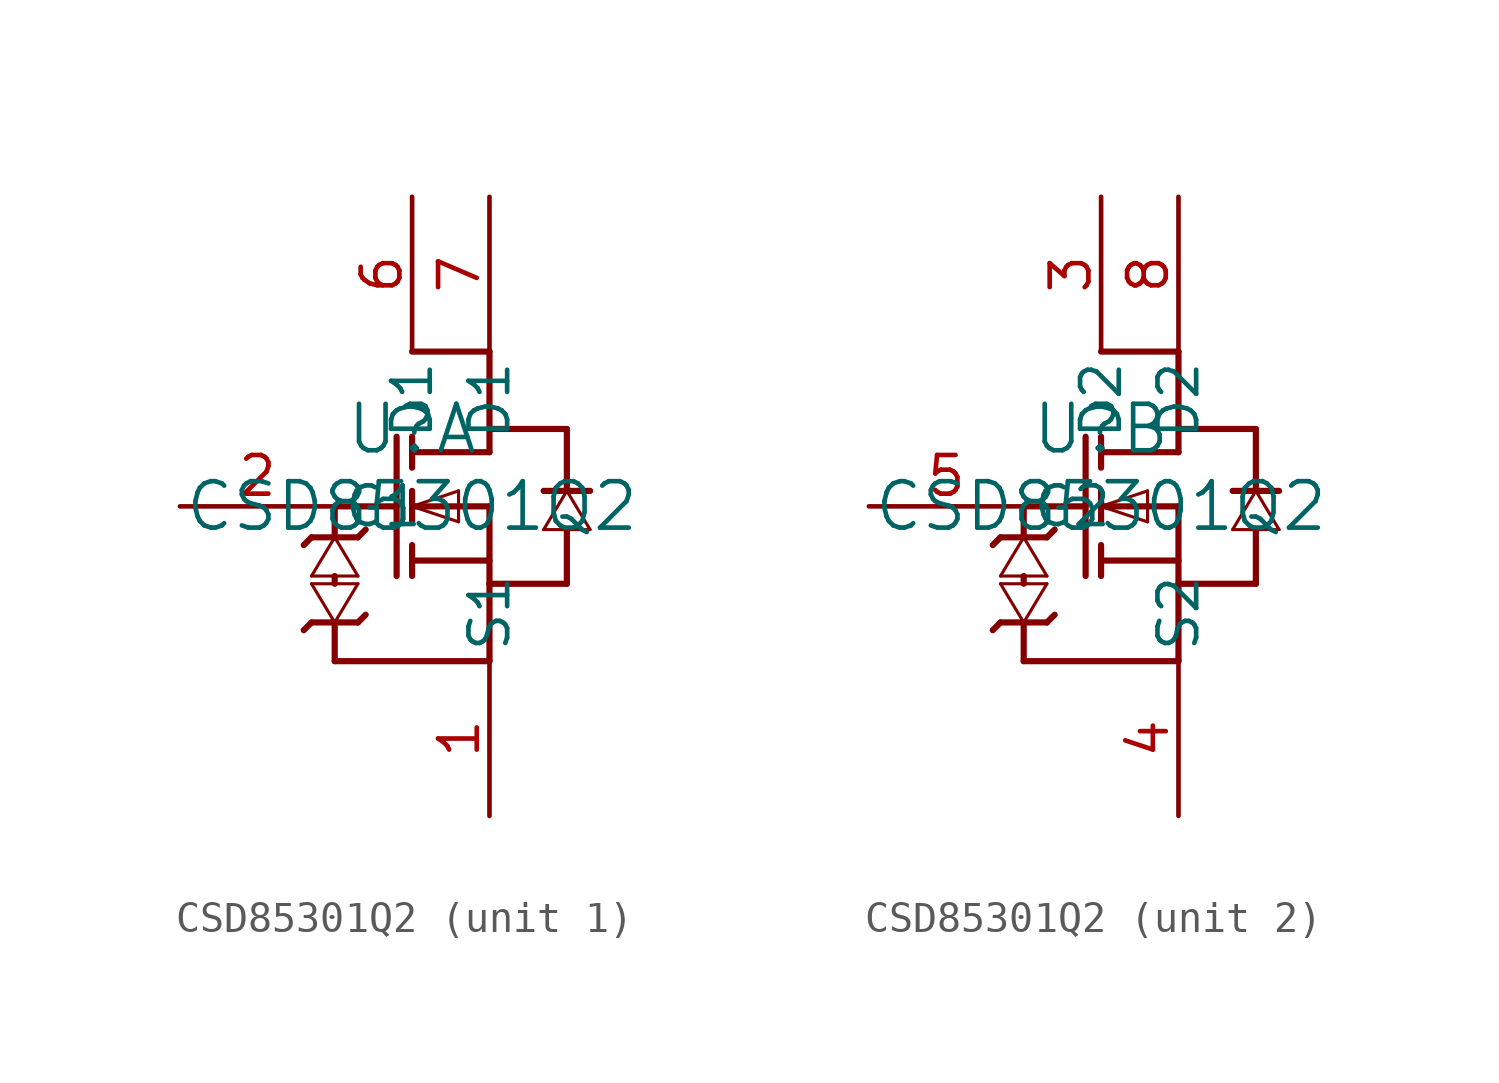
<source format=kicad_sym>
(kicad_symbol_lib
  (version 20211014)
  (generator kicad_symbol_editor)
  (symbol "CSD85301Q2"
    (pin_names
      (offset 0.254))
    (property "Reference" "U"
      (at 0 2.54 0)
      (effects (font (size 1.524 1.524))))
    (property "Value" "CSD85301Q2"
      (at 0 0 0)
      (effects (font (size 1.524 1.524))))
    (symbol "CSD85301Q2_1_1"
      (polyline (pts (xy 2.54 1.778) (xy 0 1.778)) (stroke (width 0.203) (type default) (color 0 0 0 0)) (fill (type none)))
      (polyline (pts (xy 2.54 0) (xy 0 0)) (stroke (width 0.203) (type default) (color 0 0 0 0)) (fill (type none)))
      (polyline (pts (xy 2.54 -1.778) (xy 0 -1.778)) (stroke (width 0.203) (type default) (color 0 0 0 0)) (fill (type none)))
      (polyline (pts (xy 2.54 0) (xy 2.54 -2.54)) (stroke (width 0.203) (type default) (color 0 0 0 0)) (fill (type none)))
      (polyline (pts (xy -0.508 2.286) (xy -0.508 -2.286)) (stroke (width 0.203) (type default) (color 0 0 0 0)) (fill (type none)))
      (polyline (pts (xy 0 2.286) (xy 0 1.27)) (stroke (width 0.203) (type default) (color 0 0 0 0)) (fill (type none)))
      (polyline (pts (xy 0 -0.508) (xy 0 0.508)) (stroke (width 0.203) (type default) (color 0 0 0 0)) (fill (type none)))
      (polyline (pts (xy 0 -2.286) (xy 0 -1.27)) (stroke (width 0.203) (type default) (color 0 0 0 0)) (fill (type none)))
      (polyline (pts (xy -2.54 0) (xy -0.508 0)) (stroke (width 0.203) (type default) (color 0 0 0 0)) (fill (type none)))
      (polyline (pts (xy 0 0) (xy 1.524 -0.508)) (stroke (width 0.102) (type default) (color 0 0 0 0)) (fill (type none)))
      (polyline (pts (xy 1.524 -0.508) (xy 1.524 0.508)) (stroke (width 0.102) (type default) (color 0 0 0 0)) (fill (type none)))
      (polyline (pts (xy 1.524 0.508) (xy 0 0)) (stroke (width 0.102) (type default) (color 0 0 0 0)) (fill (type none)))
      (polyline (pts (xy 2.54 1.778) (xy 2.54 2.54)) (stroke (width 0.203) (type default) (color 0 0 0 0)) (fill (type none)))
      (polyline (pts (xy 2.54 -2.54) (xy 5.08 -2.54)) (stroke (width 0.203) (type default) (color 0 0 0 0)) (fill (type none)))
      (polyline (pts (xy 5.08 -2.54) (xy 5.08 -0.762)) (stroke (width 0.203) (type default) (color 0 0 0 0)) (fill (type none)))
      (polyline (pts (xy 5.08 2.54) (xy 5.08 0.508)) (stroke (width 0.203) (type default) (color 0 0 0 0)) (fill (type none)))
      (polyline (pts (xy 5.08 0.508) (xy 4.318 -0.762)) (stroke (width 0.102) (type default) (color 0 0 0 0)) (fill (type none)))
      (polyline (pts (xy 4.318 -0.762) (xy 5.842 -0.762)) (stroke (width 0.102) (type default) (color 0 0 0 0)) (fill (type none)))
      (polyline (pts (xy 5.842 -0.762) (xy 5.08 0.508)) (stroke (width 0.102) (type default) (color 0 0 0 0)) (fill (type none)))
      (polyline (pts (xy 4.318 0.508) (xy 5.842 0.508)) (stroke (width 0.203) (type default) (color 0 0 0 0)) (fill (type none)))
      (polyline (pts (xy 2.54 2.54) (xy 5.08 2.54)) (stroke (width 0.203) (type default) (color 0 0 0 0)) (fill (type none)))
      (polyline (pts (xy 0 5.08) (xy 2.54 5.08)) (stroke (width 0.203) (type default) (color 0 0 0 0)) (fill (type none)))
      (polyline (pts (xy 2.54 2.54) (xy 2.54 5.08)) (stroke (width 0.203) (type default) (color 0 0 0 0)) (fill (type none)))
      (polyline (pts (xy -2.54 -2.286) (xy -2.54 -2.54)) (stroke (width 0.203) (type default) (color 0 0 0 0)) (fill (type none)))
      (polyline (pts (xy -2.54 -1.016) (xy -3.302 -2.286)) (stroke (width 0.102) (type default) (color 0 0 0 0)) (fill (type none)))
      (polyline (pts (xy -3.302 -2.286) (xy -1.778 -2.286)) (stroke (width 0.102) (type default) (color 0 0 0 0)) (fill (type none)))
      (polyline (pts (xy -1.778 -2.286) (xy -2.54 -1.016)) (stroke (width 0.102) (type default) (color 0 0 0 0)) (fill (type none)))
      (polyline (pts (xy -3.302 -1.016) (xy -1.778 -1.016)) (stroke (width 0.203) (type default) (color 0 0 0 0)) (fill (type none)))
      (polyline (pts (xy -3.302 -1.016) (xy -3.556 -1.27)) (stroke (width 0.203) (type default) (color 0 0 0 0)) (fill (type none)))
      (polyline (pts (xy -1.778 -1.016) (xy -1.524 -0.762)) (stroke (width 0.203) (type default) (color 0 0 0 0)) (fill (type none)))
      (polyline (pts (xy -2.54 -3.81) (xy -1.778 -2.54)) (stroke (width 0.102) (type default) (color 0 0 0 0)) (fill (type none)))
      (polyline (pts (xy -1.778 -2.54) (xy -3.302 -2.54)) (stroke (width 0.102) (type default) (color 0 0 0 0)) (fill (type none)))
      (polyline (pts (xy -3.302 -2.54) (xy -2.54 -3.81)) (stroke (width 0.102) (type default) (color 0 0 0 0)) (fill (type none)))
      (polyline (pts (xy -1.778 -3.81) (xy -1.524 -3.556)) (stroke (width 0.203) (type default) (color 0 0 0 0)) (fill (type none)))
      (polyline (pts (xy -3.302 -3.81) (xy -3.556 -4.064)) (stroke (width 0.203) (type default) (color 0 0 0 0)) (fill (type none)))
      (polyline (pts (xy -1.778 -3.81) (xy -3.302 -3.81)) (stroke (width 0.203) (type default) (color 0 0 0 0)) (fill (type none)))
      (polyline (pts (xy -2.54 -3.81) (xy -2.54 -5.08)) (stroke (width 0.203) (type default) (color 0 0 0 0)) (fill (type none)))
      (polyline (pts (xy -2.54 -1.016) (xy -2.54 0)) (stroke (width 0.203) (type default) (color 0 0 0 0)) (fill (type none)))
      (polyline (pts (xy -2.54 -5.08) (xy 2.54 -5.08)) (stroke (width 0.203) (type default) (color 0 0 0 0)) (fill (type none)))
      (polyline (pts (xy 2.54 -5.08) (xy 2.54 -2.54)) (stroke (width 0.203) (type default) (color 0 0 0 0)) (fill (type none)))
      (pin unspecified line (at 2.54 -10.16 90) (length 5.08) (name "S1" (effects (font (size 1.27 1.27)))) (number "1" (effects (font (size 1.27 1.27)))))
      (pin unspecified line (at -7.62 0 0) (length 5.08) (name "G1" (effects (font (size 1.27 1.27)))) (number "2" (effects (font (size 1.27 1.27)))))
      (pin unspecified line (at 0 10.16 270) (length 5.08) (name "D1" (effects (font (size 1.27 1.27)))) (number "6" (effects (font (size 1.27 1.27)))))
      (pin unspecified line (at 2.54 10.16 270) (length 5.08) (name "D1" (effects (font (size 1.27 1.27)))) (number "7" (effects (font (size 1.27 1.27))))))
    (symbol "CSD85301Q2_2_1"
      (polyline (pts (xy 2.54 1.778) (xy 0 1.778)) (stroke (width 0.203) (type default) (color 0 0 0 0)) (fill (type none)))
      (polyline (pts (xy 2.54 0) (xy 0 0)) (stroke (width 0.203) (type default) (color 0 0 0 0)) (fill (type none)))
      (polyline (pts (xy 2.54 -1.778) (xy 0 -1.778)) (stroke (width 0.203) (type default) (color 0 0 0 0)) (fill (type none)))
      (polyline (pts (xy 2.54 0) (xy 2.54 -2.54)) (stroke (width 0.203) (type default) (color 0 0 0 0)) (fill (type none)))
      (polyline (pts (xy -0.508 2.286) (xy -0.508 -2.286)) (stroke (width 0.203) (type default) (color 0 0 0 0)) (fill (type none)))
      (polyline (pts (xy 0 2.286) (xy 0 1.27)) (stroke (width 0.203) (type default) (color 0 0 0 0)) (fill (type none)))
      (polyline (pts (xy 0 -0.508) (xy 0 0.508)) (stroke (width 0.203) (type default) (color 0 0 0 0)) (fill (type none)))
      (polyline (pts (xy 0 -2.286) (xy 0 -1.27)) (stroke (width 0.203) (type default) (color 0 0 0 0)) (fill (type none)))
      (polyline (pts (xy -2.54 0) (xy -0.508 0)) (stroke (width 0.203) (type default) (color 0 0 0 0)) (fill (type none)))
      (polyline (pts (xy 0 0) (xy 1.524 -0.508)) (stroke (width 0.102) (type default) (color 0 0 0 0)) (fill (type none)))
      (polyline (pts (xy 1.524 -0.508) (xy 1.524 0.508)) (stroke (width 0.102) (type default) (color 0 0 0 0)) (fill (type none)))
      (polyline (pts (xy 1.524 0.508) (xy 0 0)) (stroke (width 0.102) (type default) (color 0 0 0 0)) (fill (type none)))
      (polyline (pts (xy 2.54 1.778) (xy 2.54 2.54)) (stroke (width 0.203) (type default) (color 0 0 0 0)) (fill (type none)))
      (polyline (pts (xy 2.54 -2.54) (xy 5.08 -2.54)) (stroke (width 0.203) (type default) (color 0 0 0 0)) (fill (type none)))
      (polyline (pts (xy 5.08 0.508) (xy 4.318 -0.762)) (stroke (width 0.102) (type default) (color 0 0 0 0)) (fill (type none)))
      (polyline (pts (xy 4.318 -0.762) (xy 5.842 -0.762)) (stroke (width 0.102) (type default) (color 0 0 0 0)) (fill (type none)))
      (polyline (pts (xy 5.842 -0.762) (xy 5.08 0.508)) (stroke (width 0.102) (type default) (color 0 0 0 0)) (fill (type none)))
      (polyline (pts (xy 5.08 -2.54) (xy 5.08 -0.762)) (stroke (width 0.203) (type default) (color 0 0 0 0)) (fill (type none)))
      (polyline (pts (xy 5.08 2.54) (xy 5.08 0.508)) (stroke (width 0.203) (type default) (color 0 0 0 0)) (fill (type none)))
      (polyline (pts (xy 4.318 0.508) (xy 5.842 0.508)) (stroke (width 0.203) (type default) (color 0 0 0 0)) (fill (type none)))
      (polyline (pts (xy 2.54 2.54) (xy 5.08 2.54)) (stroke (width 0.203) (type default) (color 0 0 0 0)) (fill (type none)))
      (polyline (pts (xy 2.54 2.54) (xy 2.54 5.08)) (stroke (width 0.203) (type default) (color 0 0 0 0)) (fill (type none)))
      (polyline (pts (xy 0 5.08) (xy 2.54 5.08)) (stroke (width 0.203) (type default) (color 0 0 0 0)) (fill (type none)))
      (polyline (pts (xy -2.54 -2.286) (xy -2.54 -2.54)) (stroke (width 0.203) (type default) (color 0 0 0 0)) (fill (type none)))
      (polyline (pts (xy -2.54 -1.016) (xy -3.302 -2.286)) (stroke (width 0.102) (type default) (color 0 0 0 0)) (fill (type none)))
      (polyline (pts (xy -3.302 -2.286) (xy -1.778 -2.286)) (stroke (width 0.102) (type default) (color 0 0 0 0)) (fill (type none)))
      (polyline (pts (xy -1.778 -2.286) (xy -2.54 -1.016)) (stroke (width 0.102) (type default) (color 0 0 0 0)) (fill (type none)))
      (polyline (pts (xy -3.302 -1.016) (xy -1.778 -1.016)) (stroke (width 0.203) (type default) (color 0 0 0 0)) (fill (type none)))
      (polyline (pts (xy -3.302 -1.016) (xy -3.556 -1.27)) (stroke (width 0.203) (type default) (color 0 0 0 0)) (fill (type none)))
      (polyline (pts (xy -1.778 -1.016) (xy -1.524 -0.762)) (stroke (width 0.203) (type default) (color 0 0 0 0)) (fill (type none)))
      (polyline (pts (xy -2.54 -3.81) (xy -1.778 -2.54)) (stroke (width 0.102) (type default) (color 0 0 0 0)) (fill (type none)))
      (polyline (pts (xy -1.778 -2.54) (xy -3.302 -2.54)) (stroke (width 0.102) (type default) (color 0 0 0 0)) (fill (type none)))
      (polyline (pts (xy -3.302 -2.54) (xy -2.54 -3.81)) (stroke (width 0.102) (type default) (color 0 0 0 0)) (fill (type none)))
      (polyline (pts (xy -1.778 -3.81) (xy -1.524 -3.556)) (stroke (width 0.203) (type default) (color 0 0 0 0)) (fill (type none)))
      (polyline (pts (xy -3.302 -3.81) (xy -3.556 -4.064)) (stroke (width 0.203) (type default) (color 0 0 0 0)) (fill (type none)))
      (polyline (pts (xy -1.778 -3.81) (xy -3.302 -3.81)) (stroke (width 0.203) (type default) (color 0 0 0 0)) (fill (type none)))
      (polyline (pts (xy -2.54 -3.81) (xy -2.54 -5.08)) (stroke (width 0.203) (type default) (color 0 0 0 0)) (fill (type none)))
      (polyline (pts (xy -2.54 -1.016) (xy -2.54 0)) (stroke (width 0.203) (type default) (color 0 0 0 0)) (fill (type none)))
      (polyline (pts (xy -2.54 -5.08) (xy 2.54 -5.08)) (stroke (width 0.203) (type default) (color 0 0 0 0)) (fill (type none)))
      (polyline (pts (xy 2.54 -5.08) (xy 2.54 -2.54)) (stroke (width 0.203) (type default) (color 0 0 0 0)) (fill (type none)))
      (pin unspecified line (at 0 10.16 270) (length 5.08) (name "D2" (effects (font (size 1.27 1.27)))) (number "3" (effects (font (size 1.27 1.27)))))
      (pin unspecified line (at 2.54 -10.16 90) (length 5.08) (name "S2" (effects (font (size 1.27 1.27)))) (number "4" (effects (font (size 1.27 1.27)))))
      (pin unspecified line (at -7.62 0 0) (length 5.08) (name "G2" (effects (font (size 1.27 1.27)))) (number "5" (effects (font (size 1.27 1.27)))))
      (pin unspecified line (at 2.54 10.16 270) (length 5.08) (name "D2" (effects (font (size 1.27 1.27)))) (number "8" (effects (font (size 1.27 1.27))))))))
</source>
